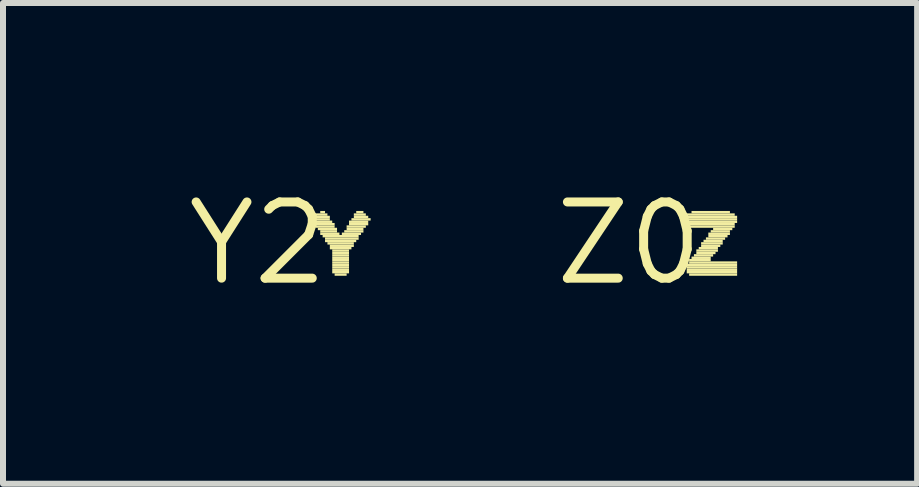
<source format=kicad_pcb>
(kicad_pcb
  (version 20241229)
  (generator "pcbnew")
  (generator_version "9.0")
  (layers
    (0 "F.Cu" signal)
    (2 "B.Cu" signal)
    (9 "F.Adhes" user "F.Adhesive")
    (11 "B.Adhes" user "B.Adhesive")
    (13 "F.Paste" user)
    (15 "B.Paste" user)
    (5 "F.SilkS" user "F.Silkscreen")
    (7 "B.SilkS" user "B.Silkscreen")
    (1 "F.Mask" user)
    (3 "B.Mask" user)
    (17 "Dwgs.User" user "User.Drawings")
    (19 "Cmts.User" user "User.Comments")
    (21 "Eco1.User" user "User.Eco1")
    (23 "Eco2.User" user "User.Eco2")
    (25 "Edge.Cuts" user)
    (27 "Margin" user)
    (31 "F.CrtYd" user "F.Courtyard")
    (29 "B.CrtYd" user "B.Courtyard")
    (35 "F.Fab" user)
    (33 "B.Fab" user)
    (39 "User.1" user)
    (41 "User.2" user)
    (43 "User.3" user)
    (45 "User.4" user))
  (footprint "Y2"
    (layer "F.Cu")
    (at 1.247 1.006)
    (property "Reference" "Y2" (at 0 0 0) (layer "F.SilkS") (effects (font (size 1.27 1.27) (thickness 0.15))))
    (attr through_hole)
    (fp_poly (pts (xy 0.92 -0.42) (xy 1.2 -0.42) (xy 1.2 -0.46) (xy 0.92 -0.46)) (stroke (width 0) (type solid)) (fill yes) (layer "F.SilkS"))
    (fp_poly (pts (xy 0.92 -0.38) (xy 1.2 -0.38) (xy 1.2 -0.42) (xy 0.92 -0.42)) (stroke (width 0) (type solid)) (fill yes) (layer "F.SilkS"))
    (fp_poly (pts (xy 0.92 -0.34) (xy 1.24 -0.34) (xy 1.24 -0.38) (xy 0.92 -0.38)) (stroke (width 0) (type solid)) (fill yes) (layer "F.SilkS"))
    (fp_poly (pts (xy 0.96 -0.46) (xy 1.16 -0.46) (xy 1.16 -0.5) (xy 0.96 -0.5)) (stroke (width 0) (type solid)) (fill yes) (layer "F.SilkS"))
    (fp_poly (pts (xy 0.96 -0.3) (xy 1.28 -0.3) (xy 1.28 -0.34) (xy 0.96 -0.34)) (stroke (width 0) (type solid)) (fill yes) (layer "F.SilkS"))
    (fp_poly (pts (xy 0.96 -0.26) (xy 1.28 -0.26) (xy 1.28 -0.3) (xy 0.96 -0.3)) (stroke (width 0) (type solid)) (fill yes) (layer "F.SilkS"))
    (fp_poly (pts (xy 1 -0.22) (xy 1.32 -0.22) (xy 1.32 -0.26) (xy 1 -0.26)) (stroke (width 0) (type solid)) (fill yes) (layer "F.SilkS"))
    (fp_poly (pts (xy 1.04 -0.5) (xy 1.12 -0.5) (xy 1.12 -0.54) (xy 1.04 -0.54)) (stroke (width 0) (type solid)) (fill yes) (layer "F.SilkS"))
    (fp_poly (pts (xy 1.04 -0.18) (xy 1.32 -0.18) (xy 1.32 -0.22) (xy 1.04 -0.22)) (stroke (width 0) (type solid)) (fill yes) (layer "F.SilkS"))
    (fp_poly (pts (xy 1.04 -0.14) (xy 1.36 -0.14) (xy 1.36 -0.18) (xy 1.04 -0.18)) (stroke (width 0) (type solid)) (fill yes) (layer "F.SilkS"))
    (fp_poly (pts (xy 1.08 -0.1) (xy 1.68 -0.1) (xy 1.68 -0.14) (xy 1.08 -0.14)) (stroke (width 0) (type solid)) (fill yes) (layer "F.SilkS"))
    (fp_poly (pts (xy 1.12 -0.06) (xy 1.68 -0.06) (xy 1.68 -0.1) (xy 1.12 -0.1)) (stroke (width 0) (type solid)) (fill yes) (layer "F.SilkS"))
    (fp_poly (pts (xy 1.12 -0.02) (xy 1.64 -0.02) (xy 1.64 -0.06) (xy 1.12 -0.06)) (stroke (width 0) (type solid)) (fill yes) (layer "F.SilkS"))
    (fp_poly (pts (xy 1.16 0.02) (xy 1.6 0.02) (xy 1.6 -0.02) (xy 1.16 -0.02)) (stroke (width 0) (type solid)) (fill yes) (layer "F.SilkS"))
    (fp_poly (pts (xy 1.2 0.06) (xy 1.6 0.06) (xy 1.6 0.02) (xy 1.2 0.02)) (stroke (width 0) (type solid)) (fill yes) (layer "F.SilkS"))
    (fp_poly (pts (xy 1.2 0.1) (xy 1.56 0.1) (xy 1.56 0.06) (xy 1.2 0.06)) (stroke (width 0) (type solid)) (fill yes) (layer "F.SilkS"))
    (fp_poly (pts (xy 1.24 0.14) (xy 1.52 0.14) (xy 1.52 0.1) (xy 1.24 0.1)) (stroke (width 0) (type solid)) (fill yes) (layer "F.SilkS"))
    (fp_poly (pts (xy 1.24 0.18) (xy 1.52 0.18) (xy 1.52 0.14) (xy 1.24 0.14)) (stroke (width 0) (type solid)) (fill yes) (layer "F.SilkS"))
    (fp_poly (pts (xy 1.24 0.22) (xy 1.52 0.22) (xy 1.52 0.18) (xy 1.24 0.18)) (stroke (width 0) (type solid)) (fill yes) (layer "F.SilkS"))
    (fp_poly (pts (xy 1.24 0.26) (xy 1.52 0.26) (xy 1.52 0.22) (xy 1.24 0.22)) (stroke (width 0) (type solid)) (fill yes) (layer "F.SilkS"))
    (fp_poly (pts (xy 1.24 0.3) (xy 1.52 0.3) (xy 1.52 0.26) (xy 1.24 0.26)) (stroke (width 0) (type solid)) (fill yes) (layer "F.SilkS"))
    (fp_poly (pts (xy 1.24 0.34) (xy 1.52 0.34) (xy 1.52 0.3) (xy 1.24 0.3)) (stroke (width 0) (type solid)) (fill yes) (layer "F.SilkS"))
    (fp_poly (pts (xy 1.24 0.38) (xy 1.52 0.38) (xy 1.52 0.34) (xy 1.24 0.34)) (stroke (width 0) (type solid)) (fill yes) (layer "F.SilkS"))
    (fp_poly (pts (xy 1.24 0.42) (xy 1.52 0.42) (xy 1.52 0.38) (xy 1.24 0.38)) (stroke (width 0) (type solid)) (fill yes) (layer "F.SilkS"))
    (fp_poly (pts (xy 1.24 0.46) (xy 1.52 0.46) (xy 1.52 0.42) (xy 1.24 0.42)) (stroke (width 0) (type solid)) (fill yes) (layer "F.SilkS"))
    (fp_poly (pts (xy 1.24 0.5) (xy 1.52 0.5) (xy 1.52 0.46) (xy 1.24 0.46)) (stroke (width 0) (type solid)) (fill yes) (layer "F.SilkS"))
    (fp_poly (pts (xy 1.28 0.54) (xy 1.48 0.54) (xy 1.48 0.5) (xy 1.28 0.5)) (stroke (width 0) (type solid)) (fill yes) (layer "F.SilkS"))
    (fp_poly (pts (xy 1.4 -0.14) (xy 1.72 -0.14) (xy 1.72 -0.18) (xy 1.4 -0.18)) (stroke (width 0) (type solid)) (fill yes) (layer "F.SilkS"))
    (fp_poly (pts (xy 1.44 -0.18) (xy 1.76 -0.18) (xy 1.76 -0.22) (xy 1.44 -0.22)) (stroke (width 0) (type solid)) (fill yes) (layer "F.SilkS"))
    (fp_poly (pts (xy 1.48 -0.26) (xy 1.8 -0.26) (xy 1.8 -0.3) (xy 1.48 -0.3)) (stroke (width 0) (type solid)) (fill yes) (layer "F.SilkS"))
    (fp_poly (pts (xy 1.48 -0.22) (xy 1.76 -0.22) (xy 1.76 -0.26) (xy 1.48 -0.26)) (stroke (width 0) (type solid)) (fill yes) (layer "F.SilkS"))
    (fp_poly (pts (xy 1.52 -0.34) (xy 1.84 -0.34) (xy 1.84 -0.38) (xy 1.52 -0.38)) (stroke (width 0) (type solid)) (fill yes) (layer "F.SilkS"))
    (fp_poly (pts (xy 1.52 -0.3) (xy 1.84 -0.3) (xy 1.84 -0.34) (xy 1.52 -0.34)) (stroke (width 0) (type solid)) (fill yes) (layer "F.SilkS"))
    (fp_poly (pts (xy 1.56 -0.38) (xy 1.88 -0.38) (xy 1.88 -0.42) (xy 1.56 -0.42)) (stroke (width 0) (type solid)) (fill yes) (layer "F.SilkS"))
    (fp_poly (pts (xy 1.6 -0.46) (xy 1.8 -0.46) (xy 1.8 -0.5) (xy 1.6 -0.5)) (stroke (width 0) (type solid)) (fill yes) (layer "F.SilkS"))
    (fp_poly (pts (xy 1.6 -0.42) (xy 1.84 -0.42) (xy 1.84 -0.46) (xy 1.6 -0.46)) (stroke (width 0) (type solid)) (fill yes) (layer "F.SilkS"))
    (fp_poly (pts (xy 1.64 -0.5) (xy 1.76 -0.5) (xy 1.76 -0.54) (xy 1.64 -0.54)) (stroke (width 0) (type solid)) (fill yes) (layer "F.SilkS")))
  (footprint "Z0"
    (layer "F.Cu")
    (at 7.435 1.006)
    (property "Reference" "Z0" (at 0 0 0) (layer "F.SilkS") (effects (font (size 1.27 1.27) (thickness 0.15))))
    (attr through_hole)
    (fp_poly (pts (xy 0.96 -0.46) (xy 1.76 -0.46) (xy 1.76 -0.5) (xy 0.96 -0.5)) (stroke (width 0) (type solid)) (fill yes) (layer "F.SilkS"))
    (fp_poly (pts (xy 0.96 -0.42) (xy 1.8 -0.42) (xy 1.8 -0.46) (xy 0.96 -0.46)) (stroke (width 0) (type solid)) (fill yes) (layer "F.SilkS"))
    (fp_poly (pts (xy 0.96 -0.38) (xy 1.8 -0.38) (xy 1.8 -0.42) (xy 0.96 -0.42)) (stroke (width 0) (type solid)) (fill yes) (layer "F.SilkS"))
    (fp_poly (pts (xy 0.96 -0.34) (xy 1.8 -0.34) (xy 1.8 -0.38) (xy 0.96 -0.38)) (stroke (width 0) (type solid)) (fill yes) (layer "F.SilkS"))
    (fp_poly (pts (xy 0.96 -0.3) (xy 1.76 -0.3) (xy 1.76 -0.34) (xy 0.96 -0.34)) (stroke (width 0) (type solid)) (fill yes) (layer "F.SilkS"))
    (fp_poly (pts (xy 0.96 0.38) (xy 1.8 0.38) (xy 1.8 0.34) (xy 0.96 0.34)) (stroke (width 0) (type solid)) (fill yes) (layer "F.SilkS"))
    (fp_poly (pts (xy 0.96 0.42) (xy 1.8 0.42) (xy 1.8 0.38) (xy 0.96 0.38)) (stroke (width 0) (type solid)) (fill yes) (layer "F.SilkS"))
    (fp_poly (pts (xy 0.96 0.46) (xy 1.8 0.46) (xy 1.8 0.42) (xy 0.96 0.42)) (stroke (width 0) (type solid)) (fill yes) (layer "F.SilkS"))
    (fp_poly (pts (xy 0.96 0.5) (xy 1.8 0.5) (xy 1.8 0.46) (xy 0.96 0.46)) (stroke (width 0) (type solid)) (fill yes) (layer "F.SilkS"))
    (fp_poly (pts (xy 1 -0.26) (xy 1.76 -0.26) (xy 1.76 -0.3) (xy 1 -0.3)) (stroke (width 0) (type solid)) (fill yes) (layer "F.SilkS"))
    (fp_poly (pts (xy 1 0.3) (xy 1.36 0.3) (xy 1.36 0.26) (xy 1 0.26)) (stroke (width 0) (type solid)) (fill yes) (layer "F.SilkS"))
    (fp_poly (pts (xy 1 0.34) (xy 1.8 0.34) (xy 1.8 0.3) (xy 1 0.3)) (stroke (width 0) (type solid)) (fill yes) (layer "F.SilkS"))
    (fp_poly (pts (xy 1 0.54) (xy 1.8 0.54) (xy 1.8 0.5) (xy 1 0.5)) (stroke (width 0) (type solid)) (fill yes) (layer "F.SilkS"))
    (fp_poly (pts (xy 1.04 -0.5) (xy 1.68 -0.5) (xy 1.68 -0.54) (xy 1.04 -0.54)) (stroke (width 0) (type solid)) (fill yes) (layer "F.SilkS"))
    (fp_poly (pts (xy 1.04 0.26) (xy 1.36 0.26) (xy 1.36 0.22) (xy 1.04 0.22)) (stroke (width 0) (type solid)) (fill yes) (layer "F.SilkS"))
    (fp_poly (pts (xy 1.08 0.22) (xy 1.4 0.22) (xy 1.4 0.18) (xy 1.08 0.18)) (stroke (width 0) (type solid)) (fill yes) (layer "F.SilkS"))
    (fp_poly (pts (xy 1.12 0.14) (xy 1.48 0.14) (xy 1.48 0.1) (xy 1.12 0.1)) (stroke (width 0) (type solid)) (fill yes) (layer "F.SilkS"))
    (fp_poly (pts (xy 1.12 0.18) (xy 1.44 0.18) (xy 1.44 0.14) (xy 1.12 0.14)) (stroke (width 0) (type solid)) (fill yes) (layer "F.SilkS"))
    (fp_poly (pts (xy 1.16 0.1) (xy 1.48 0.1) (xy 1.48 0.06) (xy 1.16 0.06)) (stroke (width 0) (type solid)) (fill yes) (layer "F.SilkS"))
    (fp_poly (pts (xy 1.2 0.02) (xy 1.56 0.02) (xy 1.56 -0.02) (xy 1.2 -0.02)) (stroke (width 0) (type solid)) (fill yes) (layer "F.SilkS"))
    (fp_poly (pts (xy 1.2 0.06) (xy 1.52 0.06) (xy 1.52 0.02) (xy 1.2 0.02)) (stroke (width 0) (type solid)) (fill yes) (layer "F.SilkS"))
    (fp_poly (pts (xy 1.24 -0.02) (xy 1.56 -0.02) (xy 1.56 -0.06) (xy 1.24 -0.06)) (stroke (width 0) (type solid)) (fill yes) (layer "F.SilkS"))
    (fp_poly (pts (xy 1.28 -0.06) (xy 1.6 -0.06) (xy 1.6 -0.1) (xy 1.28 -0.1)) (stroke (width 0) (type solid)) (fill yes) (layer "F.SilkS"))
    (fp_poly (pts (xy 1.32 -0.14) (xy 1.68 -0.14) (xy 1.68 -0.18) (xy 1.32 -0.18)) (stroke (width 0) (type solid)) (fill yes) (layer "F.SilkS"))
    (fp_poly (pts (xy 1.32 -0.1) (xy 1.64 -0.1) (xy 1.64 -0.14) (xy 1.32 -0.14)) (stroke (width 0) (type solid)) (fill yes) (layer "F.SilkS"))
    (fp_poly (pts (xy 1.36 -0.18) (xy 1.68 -0.18) (xy 1.68 -0.22) (xy 1.36 -0.22)) (stroke (width 0) (type solid)) (fill yes) (layer "F.SilkS"))
    (fp_poly (pts (xy 1.4 -0.22) (xy 1.72 -0.22) (xy 1.72 -0.26) (xy 1.4 -0.26)) (stroke (width 0) (type solid)) (fill yes) (layer "F.SilkS")))
  (gr_rect
    (start -3 -3)
    (end 12.235 5.012)
    (stroke (width 0.1) (type default))
    (fill no)
    (layer "Edge.Cuts")))
</source>
